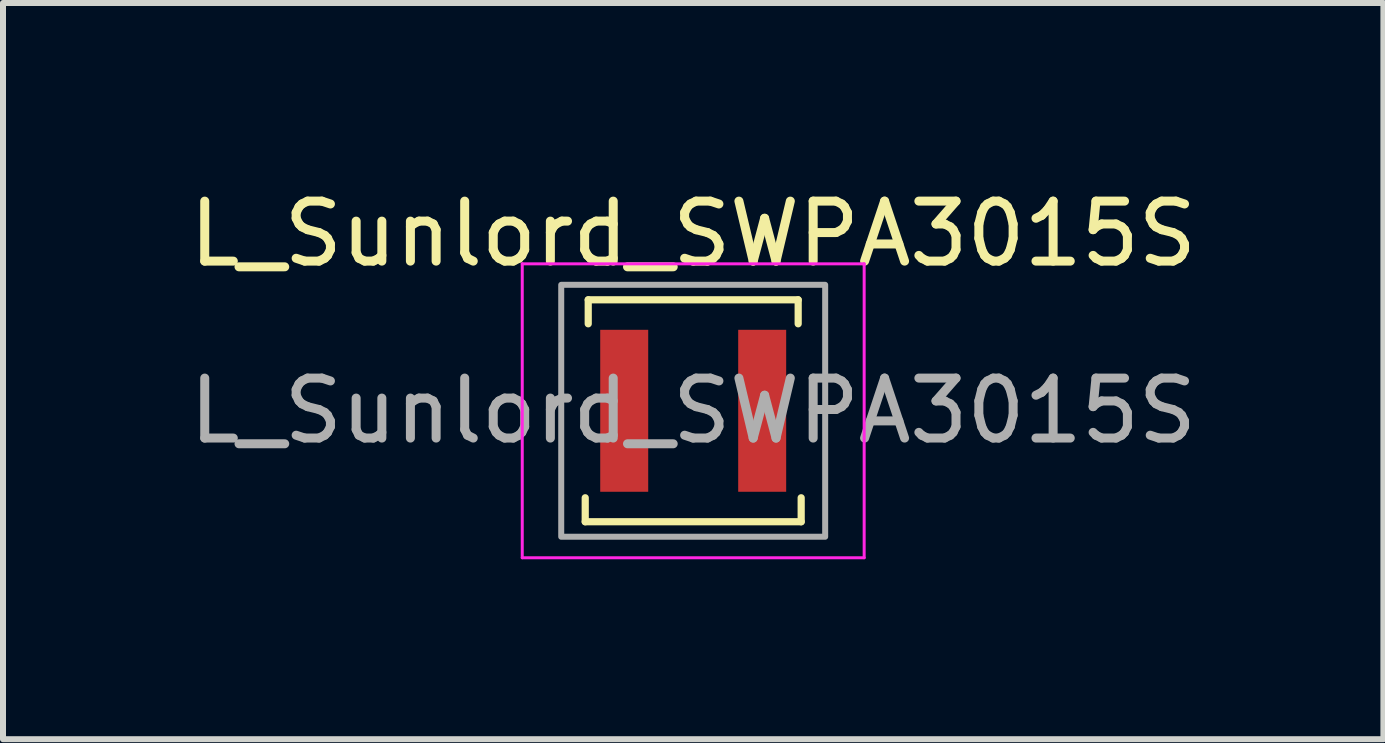
<source format=kicad_pcb>
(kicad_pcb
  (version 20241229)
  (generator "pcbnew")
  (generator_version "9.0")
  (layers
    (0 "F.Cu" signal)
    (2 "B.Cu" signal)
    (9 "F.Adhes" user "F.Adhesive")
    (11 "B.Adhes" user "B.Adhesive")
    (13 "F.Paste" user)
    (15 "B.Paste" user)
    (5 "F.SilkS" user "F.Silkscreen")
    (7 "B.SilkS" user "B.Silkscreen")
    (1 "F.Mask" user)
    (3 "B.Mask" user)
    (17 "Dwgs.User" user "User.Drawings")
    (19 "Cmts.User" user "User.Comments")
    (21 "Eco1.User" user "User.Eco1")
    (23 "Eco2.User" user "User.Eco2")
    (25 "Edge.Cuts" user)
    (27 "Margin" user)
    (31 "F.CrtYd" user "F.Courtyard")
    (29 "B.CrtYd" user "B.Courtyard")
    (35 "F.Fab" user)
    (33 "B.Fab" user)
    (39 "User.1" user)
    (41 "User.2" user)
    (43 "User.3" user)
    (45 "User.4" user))
  (footprint "L_Sunlord_SWPA3015S"
    (layer "F.Cu")
    (at 8.506 3.798)
    (property "Reference" "L_Sunlord_SWPA3015S" (at 0 -2.95 0) (layer "F.SilkS") (effects (font (size 1 1) (thickness 0.15))))
    (attr smd)
    (fp_line (start -1.8 1.85) (end -1.8 1.45) (stroke (width 0.12) (type solid)) (layer "F.SilkS"))
    (fp_line (start -1.8 1.85) (end 1.8 1.85) (stroke (width 0.12) (type solid)) (layer "F.SilkS"))
    (fp_line (start -1.75 -1.85) (end -1.75 -1.45) (stroke (width 0.12) (type solid)) (layer "F.SilkS"))
    (fp_line (start -1.75 -1.85) (end 1.75 -1.85) (stroke (width 0.12) (type solid)) (layer "F.SilkS"))
    (fp_line (start 1.75 -1.85) (end 1.75 -1.45) (stroke (width 0.12) (type solid)) (layer "F.SilkS"))
    (fp_line (start 1.8 1.85) (end 1.8 1.45) (stroke (width 0.12) (type solid)) (layer "F.SilkS"))
    (fp_line (start -2.85 -2.45) (end 2.85 -2.45) (stroke (width 0.05) (type solid)) (layer "F.CrtYd"))
    (fp_line (start -2.85 2.45) (end -2.85 -2.45) (stroke (width 0.05) (type solid)) (layer "F.CrtYd"))
    (fp_line (start 2.85 -2.45) (end 2.85 2.45) (stroke (width 0.05) (type solid)) (layer "F.CrtYd"))
    (fp_line (start 2.85 2.45) (end -2.85 2.45) (stroke (width 0.05) (type solid)) (layer "F.CrtYd"))
    (fp_rect (start -2.2 -2.1) (end 2.2 2.1) (stroke (width 0.1) (type solid)) (fill no) (layer "F.Fab"))
    (fp_text user "${REFERENCE}" (at 0 0 0) (layer "F.Fab") (effects (font (size 1 1) (thickness 0.15))))
    (pad "1" smd rect (at -1.15 0) (size 0.8 2.7) (layers "F.Cu" "F.Mask" "F.Paste"))
    (pad "2" smd rect (at 1.15 0) (size 0.8 2.7) (layers "F.Cu" "F.Mask" "F.Paste")))
  (gr_rect
    (start -3 -3)
    (end 20.012 9.273)
    (stroke (width 0.1) (type default))
    (fill no)
    (layer "Edge.Cuts")))
</source>
